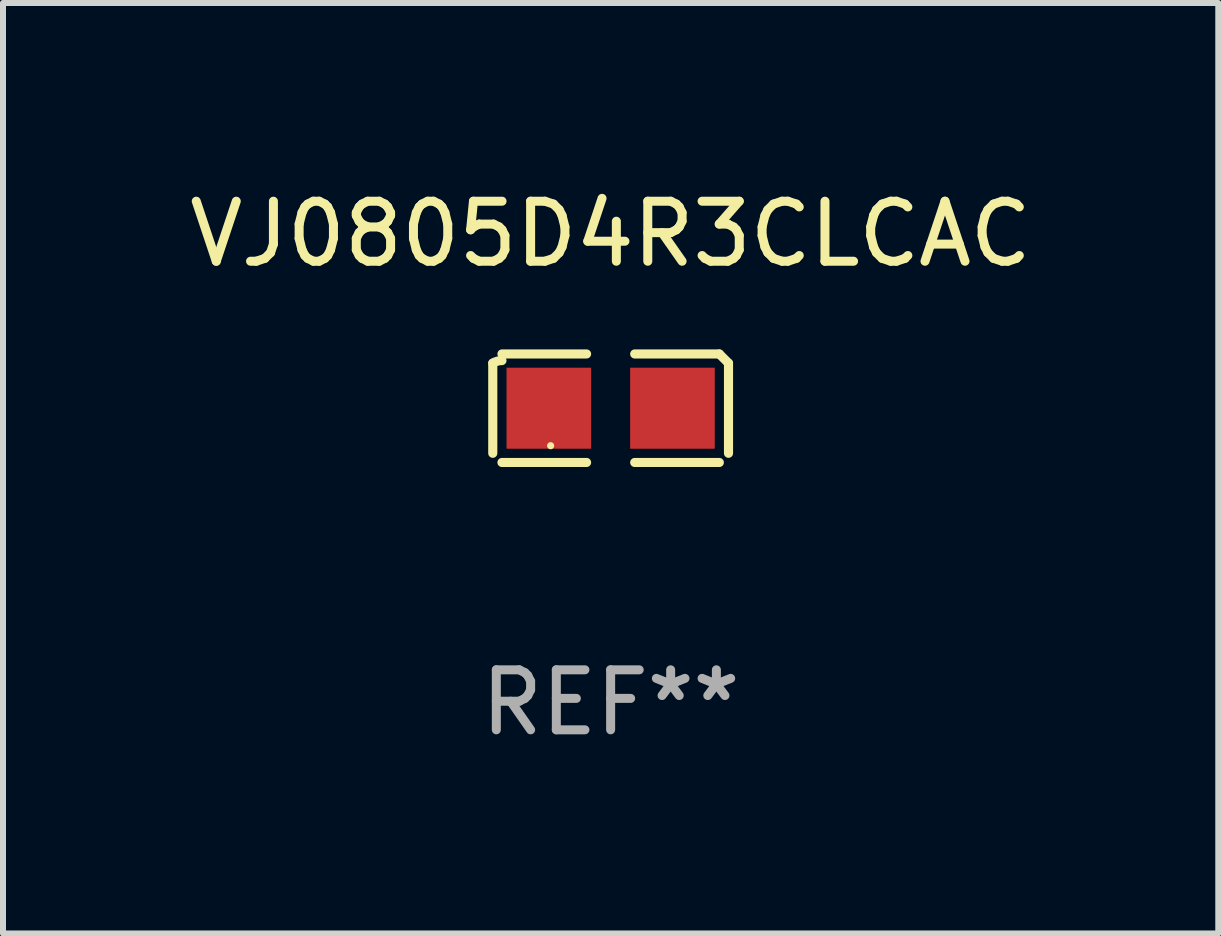
<source format=kicad_pcb>
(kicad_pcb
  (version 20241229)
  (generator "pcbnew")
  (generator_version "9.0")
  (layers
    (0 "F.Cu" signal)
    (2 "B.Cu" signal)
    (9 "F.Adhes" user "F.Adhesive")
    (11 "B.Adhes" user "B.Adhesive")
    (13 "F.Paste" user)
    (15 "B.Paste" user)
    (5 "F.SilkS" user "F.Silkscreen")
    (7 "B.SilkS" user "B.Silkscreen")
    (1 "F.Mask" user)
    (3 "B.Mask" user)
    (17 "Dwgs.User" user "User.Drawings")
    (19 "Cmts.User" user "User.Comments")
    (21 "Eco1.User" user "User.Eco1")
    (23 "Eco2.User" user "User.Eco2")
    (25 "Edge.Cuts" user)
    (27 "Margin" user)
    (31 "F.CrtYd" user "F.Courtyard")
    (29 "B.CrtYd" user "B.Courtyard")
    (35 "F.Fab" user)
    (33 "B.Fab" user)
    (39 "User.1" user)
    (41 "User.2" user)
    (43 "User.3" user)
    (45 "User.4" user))
  (footprint "VJ0805D4R3CLCAC"
    (layer "F.Cu")
    (at 7.125 3.752)
    (property "Reference" "VJ0805D4R3CLCAC" (at 0 -2.904 0) (layer "F.SilkS") (effects (font (size 1 1) (thickness 0.15))))
    (attr through_hole)
    (fp_line (start -1.964 0.751) (end -1.964 -0.751) (stroke (width 0.152) (type solid)) (layer "F.SilkS"))
    (fp_line (start -1.811 -0.904) (end -0.401 -0.904) (stroke (width 0.152) (type solid)) (layer "F.SilkS"))
    (fp_line (start -0.401 0.904) (end -1.811 0.904) (stroke (width 0.152) (type solid)) (layer "F.SilkS"))
    (fp_line (start 0.401 0.904) (end 1.811 0.904) (stroke (width 0.152) (type solid)) (layer "F.SilkS"))
    (fp_line (start 1.811 -0.904) (end 0.401 -0.904) (stroke (width 0.152) (type solid)) (layer "F.SilkS"))
    (fp_line (start 1.964 0.751) (end 1.964 -0.751) (stroke (width 0.152) (type solid)) (layer "F.SilkS"))
    (fp_arc (start -1.963602 -0.751207) (mid -1.890354 -0.783131) (end -1.811201 -0.794044) (stroke (width 0.1524) (type solid)) (layer "F.SilkS"))
    (fp_arc (start 1.811202 -0.903607) (mid 1.887413 -0.827418) (end 1.963602 -0.751207) (stroke (width 0.1524) (type solid)) (layer "F.SilkS"))
    (fp_circle (center -1 0.625) (end -0.97 0.625) (stroke (width 0.06) (type solid)) (fill no) (layer "F.SilkS"))
    (fp_text user "REF**" (at 0 4.904 0) (layer "F.Fab") (effects (font (size 1 1) (thickness 0.15))))
    (pad "1" smd rect (at -1.03 0) (size 1.41 1.35) (layers "F.Cu" "F.Mask" "F.Paste"))
    (pad "2" smd rect (at 1.03 0) (size 1.41 1.35) (layers "F.Cu" "F.Mask" "F.Paste")))
  (gr_rect
    (start -3 -3)
    (end 17.25 12.504)
    (stroke (width 0.1) (type default))
    (fill no)
    (layer "Edge.Cuts")))
</source>
